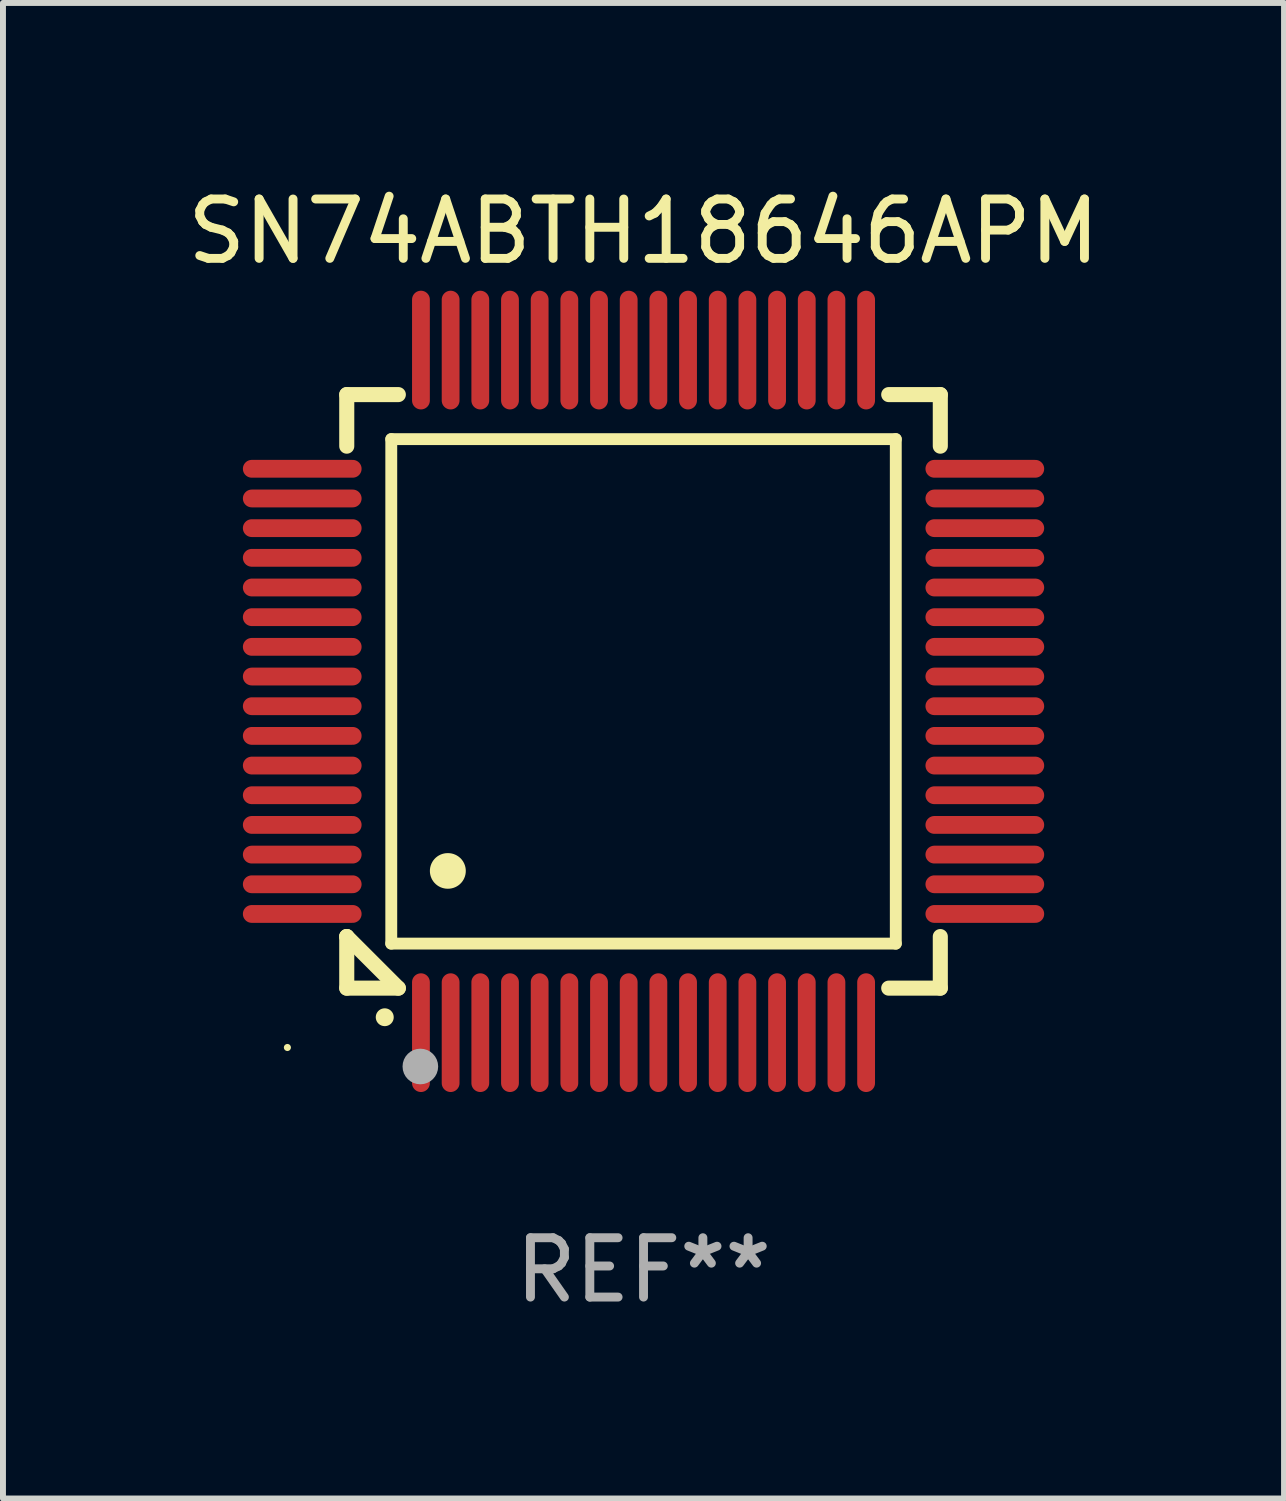
<source format=kicad_pcb>
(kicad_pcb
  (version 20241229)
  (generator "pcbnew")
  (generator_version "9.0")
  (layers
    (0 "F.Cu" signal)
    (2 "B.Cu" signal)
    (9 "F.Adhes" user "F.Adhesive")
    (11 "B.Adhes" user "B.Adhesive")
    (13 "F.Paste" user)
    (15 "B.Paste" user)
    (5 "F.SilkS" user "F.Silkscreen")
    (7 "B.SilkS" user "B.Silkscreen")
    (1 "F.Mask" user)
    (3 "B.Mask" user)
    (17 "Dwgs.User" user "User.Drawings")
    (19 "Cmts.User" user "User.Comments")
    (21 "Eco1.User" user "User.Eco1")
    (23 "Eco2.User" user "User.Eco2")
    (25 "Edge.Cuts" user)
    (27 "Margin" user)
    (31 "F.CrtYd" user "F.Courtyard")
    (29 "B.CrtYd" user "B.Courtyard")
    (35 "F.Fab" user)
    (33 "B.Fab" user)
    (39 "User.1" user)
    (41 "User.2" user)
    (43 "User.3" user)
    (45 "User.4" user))
  (footprint "SN74ABTH18646APM"
    (layer "F.Cu")
    (at 7.792 8.598)
    (property "Reference" "SN74ABTH18646APM" (at 0 -7.75 0) (layer "F.SilkS") (effects (font (size 1 1) (thickness 0.15))))
    (attr through_hole)
    (fp_line (start -5 -5) (end -4.131 -5) (stroke (width 0.254) (type solid)) (layer "F.SilkS"))
    (fp_line (start -5 -4.131) (end -5 -5) (stroke (width 0.254) (type solid)) (layer "F.SilkS"))
    (fp_line (start -5 4.131) (end -5 4.131) (stroke (width 0.254) (type solid)) (layer "F.SilkS"))
    (fp_line (start -5 5) (end -5 4.131) (stroke (width 0.254) (type solid)) (layer "F.SilkS"))
    (fp_line (start -5 4.131) (end -4.131 5) (stroke (width 0.254) (type solid)) (layer "F.SilkS"))
    (fp_line (start -4.25 -4.25) (end -4.25 4.25) (stroke (width 0.2) (type solid)) (layer "F.SilkS"))
    (fp_line (start -4.25 4.25) (end 4.25 4.25) (stroke (width 0.2) (type solid)) (layer "F.SilkS"))
    (fp_line (start -4.131 5) (end -5 5) (stroke (width 0.254) (type solid)) (layer "F.SilkS"))
    (fp_line (start 4.25 -4.25) (end -4.25 -4.25) (stroke (width 0.2) (type solid)) (layer "F.SilkS"))
    (fp_line (start 4.25 4.25) (end 4.25 -4.25) (stroke (width 0.2) (type solid)) (layer "F.SilkS"))
    (fp_line (start 5 -5) (end 4.131 -5) (stroke (width 0.254) (type solid)) (layer "F.SilkS"))
    (fp_line (start 5 -5) (end 5 -4.131) (stroke (width 0.254) (type solid)) (layer "F.SilkS"))
    (fp_line (start 5 4.131) (end 5 5) (stroke (width 0.254) (type solid)) (layer "F.SilkS"))
    (fp_line (start 5 5) (end 4.131 5) (stroke (width 0.254) (type solid)) (layer "F.SilkS"))
    (fp_arc (start -4.361265 5.489992) (mid -4.359995 5.489987) (end -4.358725 5.489992) (stroke (width 0.3) (type solid)) (layer "F.SilkS"))
    (fp_arc (start -3.299467 3.025146) (mid -3.296927 3.025135) (end -3.294387 3.025146) (stroke (width 0.6) (type solid)) (layer "F.SilkS"))
    (fp_circle (center -6 6) (end -5.97 6) (stroke (width 0.06) (type solid)) (fill no) (layer "F.SilkS"))
    (fp_circle (center -3.76 6.32) (end -3.61 6.32) (stroke (width 0.3) (type solid)) (fill no) (layer "F.Fab"))
    (fp_text user "REF**" (at 0 9.75 0) (layer "F.Fab") (effects (font (size 1 1) (thickness 0.15))))
    (pad "1" smd oval (at -3.75 5.75) (size 0.3 2) (layers "F.Cu" "F.Mask" "F.Paste"))
    (pad "2" smd oval (at -3.25 5.75) (size 0.3 2) (layers "F.Cu" "F.Mask" "F.Paste"))
    (pad "3" smd oval (at -2.75 5.75) (size 0.3 2) (layers "F.Cu" "F.Mask" "F.Paste"))
    (pad "4" smd oval (at -2.25 5.75) (size 0.3 2) (layers "F.Cu" "F.Mask" "F.Paste"))
    (pad "5" smd oval (at -1.75 5.75) (size 0.3 2) (layers "F.Cu" "F.Mask" "F.Paste"))
    (pad "6" smd oval (at -1.25 5.75) (size 0.3 2) (layers "F.Cu" "F.Mask" "F.Paste"))
    (pad "7" smd oval (at -0.75 5.75) (size 0.3 2) (layers "F.Cu" "F.Mask" "F.Paste"))
    (pad "8" smd oval (at -0.25 5.75) (size 0.3 2) (layers "F.Cu" "F.Mask" "F.Paste"))
    (pad "9" smd oval (at 0.25 5.75) (size 0.3 2) (layers "F.Cu" "F.Mask" "F.Paste"))
    (pad "10" smd oval (at 0.75 5.75) (size 0.3 2) (layers "F.Cu" "F.Mask" "F.Paste"))
    (pad "11" smd oval (at 1.25 5.75) (size 0.3 2) (layers "F.Cu" "F.Mask" "F.Paste"))
    (pad "12" smd oval (at 1.75 5.75) (size 0.3 2) (layers "F.Cu" "F.Mask" "F.Paste"))
    (pad "13" smd oval (at 2.25 5.75) (size 0.3 2) (layers "F.Cu" "F.Mask" "F.Paste"))
    (pad "14" smd oval (at 2.75 5.75) (size 0.3 2) (layers "F.Cu" "F.Mask" "F.Paste"))
    (pad "15" smd oval (at 3.25 5.75) (size 0.3 2) (layers "F.Cu" "F.Mask" "F.Paste"))
    (pad "16" smd oval (at 3.75 5.75) (size 0.3 2) (layers "F.Cu" "F.Mask" "F.Paste"))
    (pad "17" smd oval (at 5.75 3.75) (size 2 0.3) (layers "F.Cu" "F.Mask" "F.Paste"))
    (pad "18" smd oval (at 5.75 3.25) (size 2 0.3) (layers "F.Cu" "F.Mask" "F.Paste"))
    (pad "19" smd oval (at 5.75 2.75) (size 2 0.3) (layers "F.Cu" "F.Mask" "F.Paste"))
    (pad "20" smd oval (at 5.75 2.25) (size 2 0.3) (layers "F.Cu" "F.Mask" "F.Paste"))
    (pad "21" smd oval (at 5.75 1.75) (size 2 0.3) (layers "F.Cu" "F.Mask" "F.Paste"))
    (pad "22" smd oval (at 5.75 1.25) (size 2 0.3) (layers "F.Cu" "F.Mask" "F.Paste"))
    (pad "23" smd oval (at 5.75 0.75) (size 2 0.3) (layers "F.Cu" "F.Mask" "F.Paste"))
    (pad "24" smd oval (at 5.75 0.25) (size 2 0.3) (layers "F.Cu" "F.Mask" "F.Paste"))
    (pad "25" smd oval (at 5.75 -0.25) (size 2 0.3) (layers "F.Cu" "F.Mask" "F.Paste"))
    (pad "26" smd oval (at 5.75 -0.75) (size 2 0.3) (layers "F.Cu" "F.Mask" "F.Paste"))
    (pad "27" smd oval (at 5.75 -1.25) (size 2 0.3) (layers "F.Cu" "F.Mask" "F.Paste"))
    (pad "28" smd oval (at 5.75 -1.75) (size 2 0.3) (layers "F.Cu" "F.Mask" "F.Paste"))
    (pad "29" smd oval (at 5.75 -2.25) (size 2 0.3) (layers "F.Cu" "F.Mask" "F.Paste"))
    (pad "30" smd oval (at 5.75 -2.75) (size 2 0.3) (layers "F.Cu" "F.Mask" "F.Paste"))
    (pad "31" smd oval (at 5.75 -3.25) (size 2 0.3) (layers "F.Cu" "F.Mask" "F.Paste"))
    (pad "32" smd oval (at 5.75 -3.75) (size 2 0.3) (layers "F.Cu" "F.Mask" "F.Paste"))
    (pad "33" smd oval (at 3.75 -5.75) (size 0.3 2) (layers "F.Cu" "F.Mask" "F.Paste"))
    (pad "34" smd oval (at 3.25 -5.75) (size 0.3 2) (layers "F.Cu" "F.Mask" "F.Paste"))
    (pad "35" smd oval (at 2.75 -5.75) (size 0.3 2) (layers "F.Cu" "F.Mask" "F.Paste"))
    (pad "36" smd oval (at 2.25 -5.75) (size 0.3 2) (layers "F.Cu" "F.Mask" "F.Paste"))
    (pad "37" smd oval (at 1.75 -5.75) (size 0.3 2) (layers "F.Cu" "F.Mask" "F.Paste"))
    (pad "38" smd oval (at 1.25 -5.75) (size 0.3 2) (layers "F.Cu" "F.Mask" "F.Paste"))
    (pad "39" smd oval (at 0.75 -5.75) (size 0.3 2) (layers "F.Cu" "F.Mask" "F.Paste"))
    (pad "40" smd oval (at 0.25 -5.75) (size 0.3 2) (layers "F.Cu" "F.Mask" "F.Paste"))
    (pad "41" smd oval (at -0.25 -5.75) (size 0.3 2) (layers "F.Cu" "F.Mask" "F.Paste"))
    (pad "42" smd oval (at -0.75 -5.75) (size 0.3 2) (layers "F.Cu" "F.Mask" "F.Paste"))
    (pad "43" smd oval (at -1.25 -5.75) (size 0.3 2) (layers "F.Cu" "F.Mask" "F.Paste"))
    (pad "44" smd oval (at -1.75 -5.75) (size 0.3 2) (layers "F.Cu" "F.Mask" "F.Paste"))
    (pad "45" smd oval (at -2.25 -5.75) (size 0.3 2) (layers "F.Cu" "F.Mask" "F.Paste"))
    (pad "46" smd oval (at -2.75 -5.75) (size 0.3 2) (layers "F.Cu" "F.Mask" "F.Paste"))
    (pad "47" smd oval (at -3.25 -5.75) (size 0.3 2) (layers "F.Cu" "F.Mask" "F.Paste"))
    (pad "48" smd oval (at -3.75 -5.75) (size 0.3 2) (layers "F.Cu" "F.Mask" "F.Paste"))
    (pad "49" smd oval (at -5.75 -3.75) (size 2 0.3) (layers "F.Cu" "F.Mask" "F.Paste"))
    (pad "50" smd oval (at -5.75 -3.25) (size 2 0.3) (layers "F.Cu" "F.Mask" "F.Paste"))
    (pad "51" smd oval (at -5.75 -2.75) (size 2 0.3) (layers "F.Cu" "F.Mask" "F.Paste"))
    (pad "52" smd oval (at -5.75 -2.25) (size 2 0.3) (layers "F.Cu" "F.Mask" "F.Paste"))
    (pad "53" smd oval (at -5.75 -1.75) (size 2 0.3) (layers "F.Cu" "F.Mask" "F.Paste"))
    (pad "54" smd oval (at -5.75 -1.25) (size 2 0.3) (layers "F.Cu" "F.Mask" "F.Paste"))
    (pad "55" smd oval (at -5.75 -0.75) (size 2 0.3) (layers "F.Cu" "F.Mask" "F.Paste"))
    (pad "56" smd oval (at -5.75 -0.25) (size 2 0.3) (layers "F.Cu" "F.Mask" "F.Paste"))
    (pad "57" smd oval (at -5.75 0.25) (size 2 0.3) (layers "F.Cu" "F.Mask" "F.Paste"))
    (pad "58" smd oval (at -5.75 0.75) (size 2 0.3) (layers "F.Cu" "F.Mask" "F.Paste"))
    (pad "59" smd oval (at -5.75 1.25) (size 2 0.3) (layers "F.Cu" "F.Mask" "F.Paste"))
    (pad "60" smd oval (at -5.75 1.75) (size 2 0.3) (layers "F.Cu" "F.Mask" "F.Paste"))
    (pad "61" smd oval (at -5.75 2.25) (size 2 0.3) (layers "F.Cu" "F.Mask" "F.Paste"))
    (pad "62" smd oval (at -5.75 2.75) (size 2 0.3) (layers "F.Cu" "F.Mask" "F.Paste"))
    (pad "63" smd oval (at -5.75 3.25) (size 2 0.3) (layers "F.Cu" "F.Mask" "F.Paste"))
    (pad "64" smd oval (at -5.75 3.75) (size 2 0.3) (layers "F.Cu" "F.Mask" "F.Paste")))
  (gr_rect
    (start -3 -3)
    (end 18.583 22.196)
    (stroke (width 0.1) (type default))
    (fill no)
    (layer "Edge.Cuts")))
</source>
